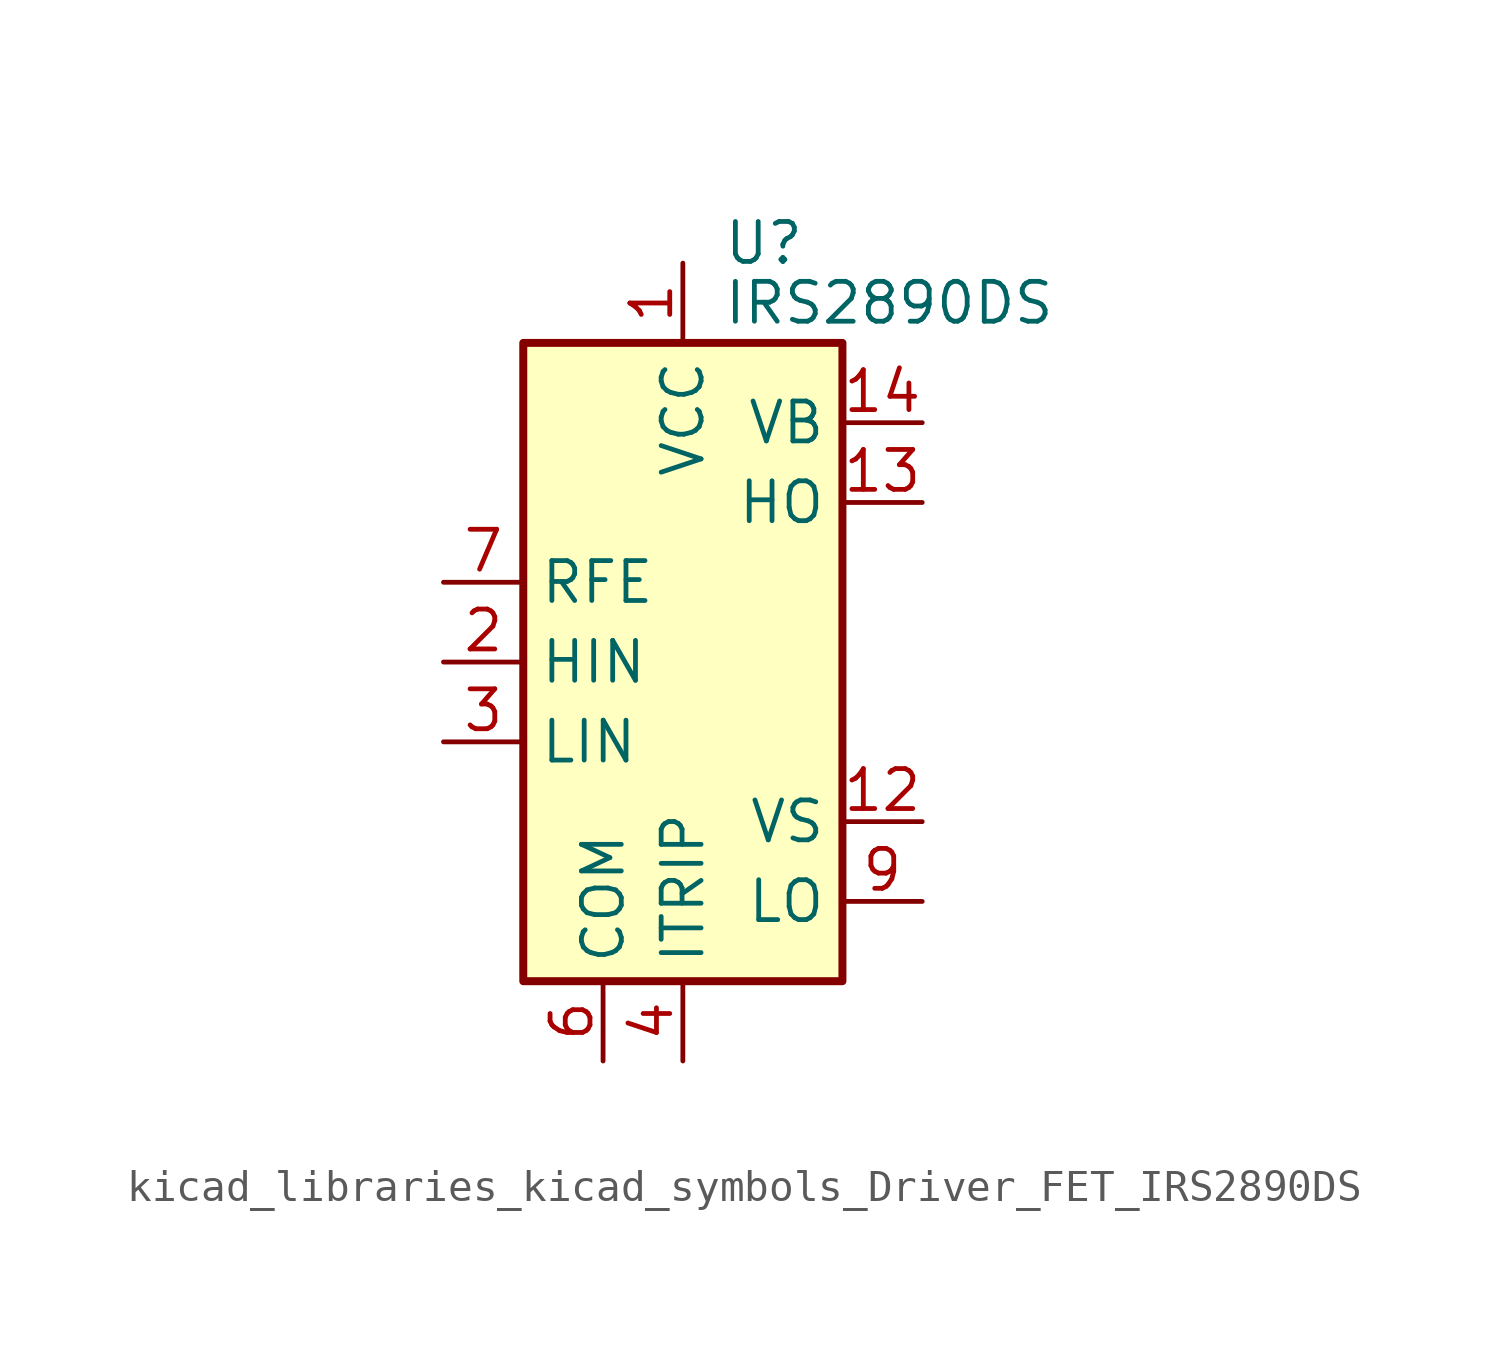
<source format=kicad_sym>
(kicad_symbol_lib
  (version 20220914)
  (generator kicad_symbol_editor)
  (symbol "kicad_libraries_kicad_symbols_Driver_FET_IRS2890DS"
    (property "Reference" "U"
      (at 1.27 13.335 0)
      (effects (font (size 1.27 1.27)) (justify left)))
    (property "Value" "IRS2890DS"
      (at 1.27 11.43 0)
      (effects (font (size 1.27 1.27)) (justify left)))
    (symbol "kicad_libraries_kicad_symbols_Driver_FET_IRS2890DS_0_1"
      (rectangle (start -5.08 -10.16) (end 5.08 10.16) (stroke (width 0.254) (type default)) (fill (type background))))
    (symbol "kicad_libraries_kicad_symbols_Driver_FET_IRS2890DS_1_1"
      (pin power_in line (at 0 12.7 270) (length 2.54) (name "VCC" (effects (font (size 1.27 1.27)))) (number "1" (effects (font (size 1.27 1.27)))))
      (pin no_connect line (at 5.08 2.54 180) (length 2.54) hide (name "NC" (effects (font (size 1.27 1.27)))) (number "10" (effects (font (size 1.27 1.27)))))
      (pin no_connect line (at 5.08 0 180) (length 2.54) hide (name "NC" (effects (font (size 1.27 1.27)))) (number "11" (effects (font (size 1.27 1.27)))))
      (pin passive line (at 7.62 -5.08 180) (length 2.54) (name "VS" (effects (font (size 1.27 1.27)))) (number "12" (effects (font (size 1.27 1.27)))))
      (pin output line (at 7.62 5.08 180) (length 2.54) (name "HO" (effects (font (size 1.27 1.27)))) (number "13" (effects (font (size 1.27 1.27)))))
      (pin passive line (at 7.62 7.62 180) (length 2.54) (name "VB" (effects (font (size 1.27 1.27)))) (number "14" (effects (font (size 1.27 1.27)))))
      (pin input line (at -7.62 0 0) (length 2.54) (name "HIN" (effects (font (size 1.27 1.27)))) (number "2" (effects (font (size 1.27 1.27)))))
      (pin input line (at -7.62 -2.54 0) (length 2.54) (name "LIN" (effects (font (size 1.27 1.27)))) (number "3" (effects (font (size 1.27 1.27)))))
      (pin passive line (at 0 -12.7 90) (length 2.54) (name "ITRIP" (effects (font (size 1.27 1.27)))) (number "4" (effects (font (size 1.27 1.27)))))
      (pin no_connect line (at -5.08 7.62 0) (length 2.54) hide (name "NC" (effects (font (size 1.27 1.27)))) (number "5" (effects (font (size 1.27 1.27)))))
      (pin power_in line (at -2.54 -12.7 90) (length 2.54) (name "COM" (effects (font (size 1.27 1.27)))) (number "6" (effects (font (size 1.27 1.27)))))
      (pin open_collector line (at -7.62 2.54 0) (length 2.54) (name "RFE" (effects (font (size 1.27 1.27)))) (number "7" (effects (font (size 1.27 1.27)))))
      (pin no_connect line (at -5.08 5.08 0) (length 2.54) hide (name "NC" (effects (font (size 1.27 1.27)))) (number "8" (effects (font (size 1.27 1.27)))))
      (pin output line (at 7.62 -7.62 180) (length 2.54) (name "LO" (effects (font (size 1.27 1.27)))) (number "9" (effects (font (size 1.27 1.27))))))))
</source>
